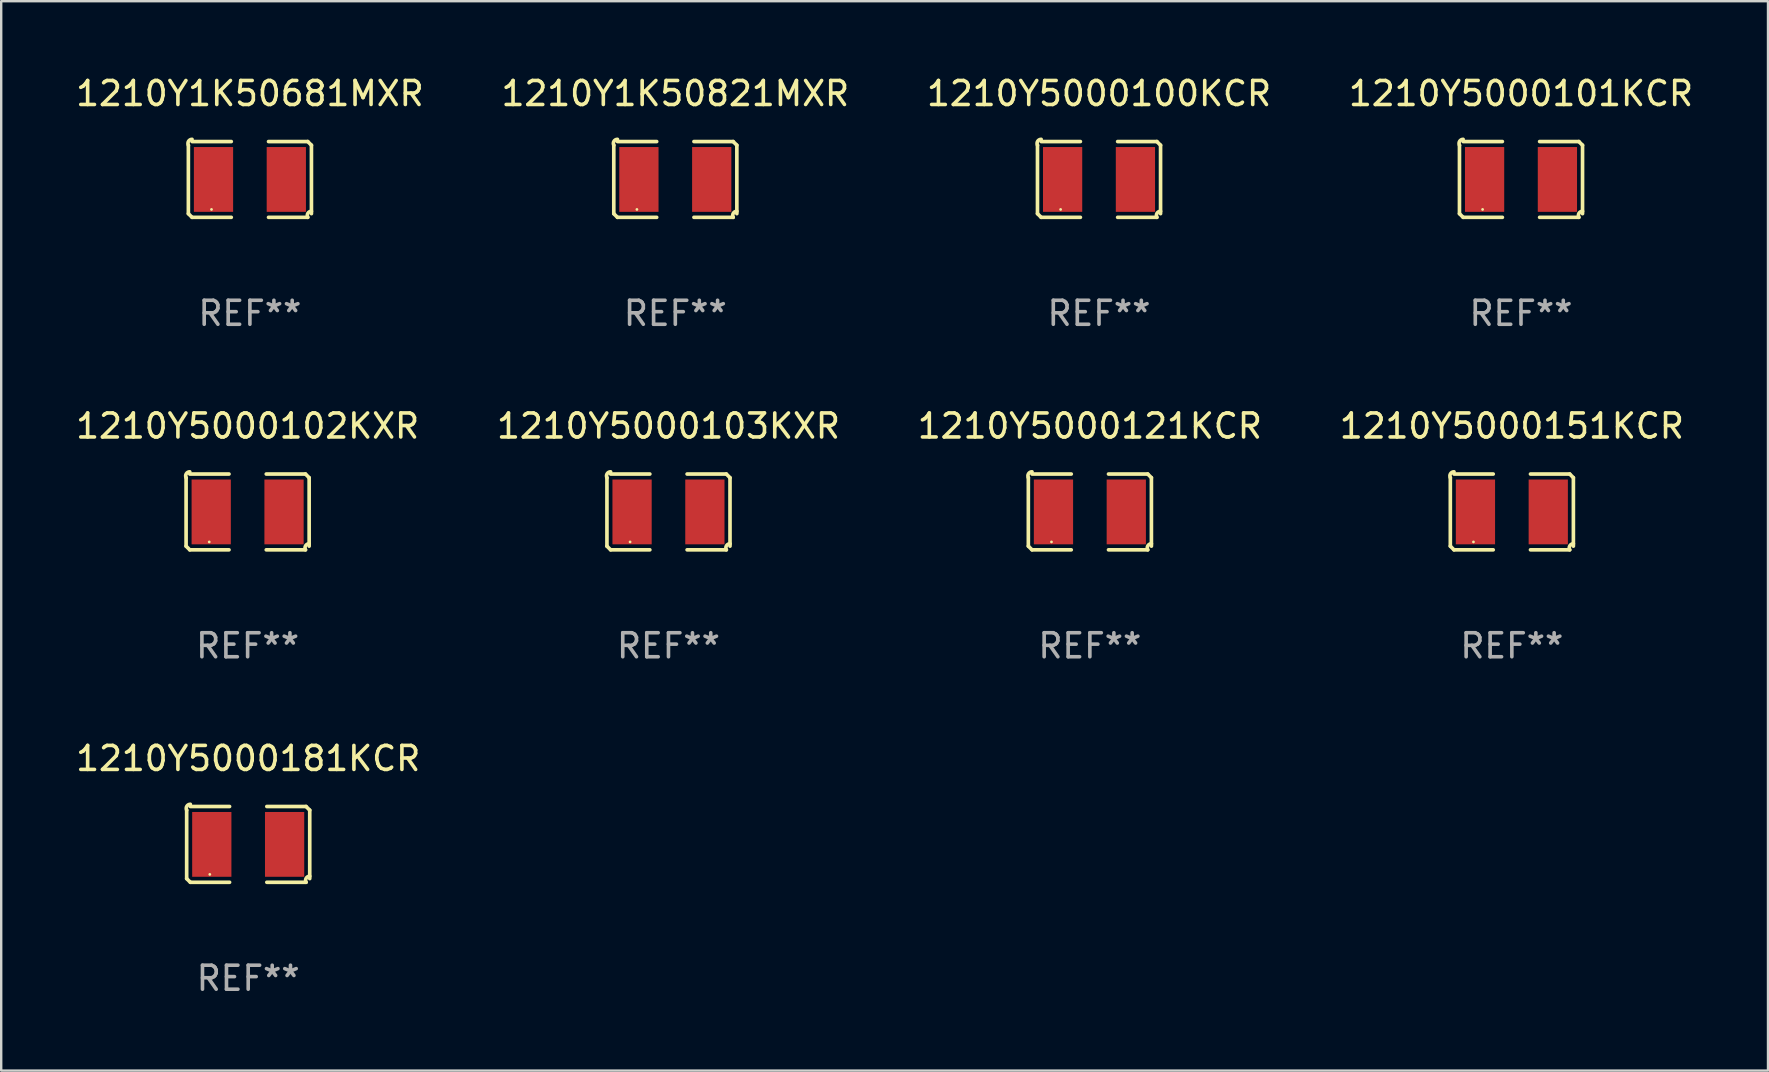
<source format=kicad_pcb>
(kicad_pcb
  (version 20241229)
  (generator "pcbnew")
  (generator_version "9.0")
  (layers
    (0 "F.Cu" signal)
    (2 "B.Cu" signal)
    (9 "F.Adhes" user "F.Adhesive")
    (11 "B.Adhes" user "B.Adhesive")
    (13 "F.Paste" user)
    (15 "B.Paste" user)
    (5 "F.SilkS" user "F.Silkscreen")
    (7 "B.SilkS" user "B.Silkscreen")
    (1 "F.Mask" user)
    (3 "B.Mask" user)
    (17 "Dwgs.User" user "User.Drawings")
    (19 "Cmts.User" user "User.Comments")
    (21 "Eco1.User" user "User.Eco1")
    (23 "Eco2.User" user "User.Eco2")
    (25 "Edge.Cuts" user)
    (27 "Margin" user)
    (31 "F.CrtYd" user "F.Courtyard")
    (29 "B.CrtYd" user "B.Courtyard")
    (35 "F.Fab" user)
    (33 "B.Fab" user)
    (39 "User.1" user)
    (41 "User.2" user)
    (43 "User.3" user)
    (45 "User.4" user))
  (footprint "1210Y5000151KCR"
    (layer "F.Cu")
    (at 59.946 18.281)
    (property "Reference" "1210Y5000151KCR" (at 0 -3.579 0) (layer "F.SilkS") (effects (font (size 1 1) (thickness 0.15))))
    (attr through_hole)
    (fp_line (start -2.564 1.426) (end -2.564 -1.426) (stroke (width 0.152) (type solid)) (layer "F.SilkS"))
    (fp_line (start -2.411 -1.579) (end -0.776 -1.579) (stroke (width 0.152) (type solid)) (layer "F.SilkS"))
    (fp_line (start -0.776 1.579) (end -2.411 1.579) (stroke (width 0.152) (type solid)) (layer "F.SilkS"))
    (fp_line (start 0.776 1.579) (end 2.411 1.579) (stroke (width 0.152) (type solid)) (layer "F.SilkS"))
    (fp_line (start 2.411 -1.579) (end 0.776 -1.579) (stroke (width 0.152) (type solid)) (layer "F.SilkS"))
    (fp_line (start 2.564 1.426) (end 2.564 -1.426) (stroke (width 0.152) (type solid)) (layer "F.SilkS"))
    (fp_arc (start -2.563602 -1.426213) (mid -2.555597 -1.591233) (end -2.411201 -1.671518) (stroke (width 0.1524) (type solid)) (layer "F.SilkS"))
    (fp_arc (start -2.5636 1.426214) (mid -2.487389 1.502402) (end -2.411201 1.578613) (stroke (width 0.1524) (type solid)) (layer "F.SilkS"))
    (fp_arc (start 2.411197 -1.578618) (mid 2.487403 -1.502419) (end 2.563602 -1.426213) (stroke (width 0.1524) (type solid)) (layer "F.SilkS"))
    (fp_arc (start 2.411201 1.578613) (mid 2.416214 1.409455) (end 2.563602 1.32629) (stroke (width 0.1524) (type solid)) (layer "F.SilkS"))
    (fp_circle (center -1.6 1.25) (end -1.57 1.25) (stroke (width 0.06) (type solid)) (fill no) (layer "F.SilkS"))
    (fp_text user "REF**" (at 0 5.579 0) (layer "F.Fab") (effects (font (size 1 1) (thickness 0.15))))
    (pad "1" smd rect (at -1.517 0) (size 1.635 2.7) (layers "F.Cu" "F.Mask" "F.Paste"))
    (pad "2" smd rect (at 1.517 0) (size 1.635 2.7) (layers "F.Cu" "F.Mask" "F.Paste")))
  (footprint "1210Y1K50821MXR"
    (layer "F.Cu")
    (at 25.089 4.427)
    (property "Reference" "1210Y1K50821MXR" (at 0 -3.579 0) (layer "F.SilkS") (effects (font (size 1 1) (thickness 0.15))))
    (attr through_hole)
    (fp_line (start -2.564 1.426) (end -2.564 -1.426) (stroke (width 0.152) (type solid)) (layer "F.SilkS"))
    (fp_line (start -2.411 -1.579) (end -0.776 -1.579) (stroke (width 0.152) (type solid)) (layer "F.SilkS"))
    (fp_line (start -0.776 1.579) (end -2.411 1.579) (stroke (width 0.152) (type solid)) (layer "F.SilkS"))
    (fp_line (start 0.776 1.579) (end 2.411 1.579) (stroke (width 0.152) (type solid)) (layer "F.SilkS"))
    (fp_line (start 2.411 -1.579) (end 0.776 -1.579) (stroke (width 0.152) (type solid)) (layer "F.SilkS"))
    (fp_line (start 2.564 1.426) (end 2.564 -1.426) (stroke (width 0.152) (type solid)) (layer "F.SilkS"))
    (fp_arc (start -2.563602 -1.426213) (mid -2.555597 -1.591233) (end -2.411201 -1.671518) (stroke (width 0.1524) (type solid)) (layer "F.SilkS"))
    (fp_arc (start -2.5636 1.426214) (mid -2.487389 1.502402) (end -2.411201 1.578613) (stroke (width 0.1524) (type solid)) (layer "F.SilkS"))
    (fp_arc (start 2.411197 -1.578618) (mid 2.487403 -1.502419) (end 2.563602 -1.426213) (stroke (width 0.1524) (type solid)) (layer "F.SilkS"))
    (fp_arc (start 2.411201 1.578613) (mid 2.416214 1.409455) (end 2.563602 1.32629) (stroke (width 0.1524) (type solid)) (layer "F.SilkS"))
    (fp_circle (center -1.6 1.25) (end -1.57 1.25) (stroke (width 0.06) (type solid)) (fill no) (layer "F.SilkS"))
    (fp_text user "REF**" (at 0 5.579 0) (layer "F.Fab") (effects (font (size 1 1) (thickness 0.15))))
    (pad "1" smd rect (at -1.517 0) (size 1.635 2.7) (layers "F.Cu" "F.Mask" "F.Paste"))
    (pad "2" smd rect (at 1.517 0) (size 1.635 2.7) (layers "F.Cu" "F.Mask" "F.Paste")))
  (footprint "1210Y1K50681MXR"
    (layer "F.Cu")
    (at 7.363 4.427)
    (property "Reference" "1210Y1K50681MXR" (at 0 -3.579 0) (layer "F.SilkS") (effects (font (size 1 1) (thickness 0.15))))
    (attr through_hole)
    (fp_line (start -2.564 1.426) (end -2.564 -1.426) (stroke (width 0.152) (type solid)) (layer "F.SilkS"))
    (fp_line (start -2.411 -1.579) (end -0.776 -1.579) (stroke (width 0.152) (type solid)) (layer "F.SilkS"))
    (fp_line (start -0.776 1.579) (end -2.411 1.579) (stroke (width 0.152) (type solid)) (layer "F.SilkS"))
    (fp_line (start 0.776 1.579) (end 2.411 1.579) (stroke (width 0.152) (type solid)) (layer "F.SilkS"))
    (fp_line (start 2.411 -1.579) (end 0.776 -1.579) (stroke (width 0.152) (type solid)) (layer "F.SilkS"))
    (fp_line (start 2.564 1.426) (end 2.564 -1.426) (stroke (width 0.152) (type solid)) (layer "F.SilkS"))
    (fp_arc (start -2.563602 -1.426213) (mid -2.555597 -1.591233) (end -2.411201 -1.671518) (stroke (width 0.1524) (type solid)) (layer "F.SilkS"))
    (fp_arc (start -2.5636 1.426214) (mid -2.487389 1.502402) (end -2.411201 1.578613) (stroke (width 0.1524) (type solid)) (layer "F.SilkS"))
    (fp_arc (start 2.411197 -1.578618) (mid 2.487403 -1.502419) (end 2.563602 -1.426213) (stroke (width 0.1524) (type solid)) (layer "F.SilkS"))
    (fp_arc (start 2.411201 1.578613) (mid 2.416214 1.409455) (end 2.563602 1.32629) (stroke (width 0.1524) (type solid)) (layer "F.SilkS"))
    (fp_circle (center -1.6 1.25) (end -1.57 1.25) (stroke (width 0.06) (type solid)) (fill no) (layer "F.SilkS"))
    (fp_text user "REF**" (at 0 5.579 0) (layer "F.Fab") (effects (font (size 1 1) (thickness 0.15))))
    (pad "1" smd rect (at -1.517 0) (size 1.635 2.7) (layers "F.Cu" "F.Mask" "F.Paste"))
    (pad "2" smd rect (at 1.517 0) (size 1.635 2.7) (layers "F.Cu" "F.Mask" "F.Paste")))
  (footprint "1210Y5000102KXR"
    (layer "F.Cu")
    (at 7.268 18.281)
    (property "Reference" "1210Y5000102KXR" (at 0 -3.579 0) (layer "F.SilkS") (effects (font (size 1 1) (thickness 0.15))))
    (attr through_hole)
    (fp_line (start -2.564 1.426) (end -2.564 -1.426) (stroke (width 0.152) (type solid)) (layer "F.SilkS"))
    (fp_line (start -2.411 -1.579) (end -0.776 -1.579) (stroke (width 0.152) (type solid)) (layer "F.SilkS"))
    (fp_line (start -0.776 1.579) (end -2.411 1.579) (stroke (width 0.152) (type solid)) (layer "F.SilkS"))
    (fp_line (start 0.776 1.579) (end 2.411 1.579) (stroke (width 0.152) (type solid)) (layer "F.SilkS"))
    (fp_line (start 2.411 -1.579) (end 0.776 -1.579) (stroke (width 0.152) (type solid)) (layer "F.SilkS"))
    (fp_line (start 2.564 1.426) (end 2.564 -1.426) (stroke (width 0.152) (type solid)) (layer "F.SilkS"))
    (fp_arc (start -2.563602 -1.426213) (mid -2.555597 -1.591233) (end -2.411201 -1.671518) (stroke (width 0.1524) (type solid)) (layer "F.SilkS"))
    (fp_arc (start -2.5636 1.426214) (mid -2.487389 1.502402) (end -2.411201 1.578613) (stroke (width 0.1524) (type solid)) (layer "F.SilkS"))
    (fp_arc (start 2.411197 -1.578618) (mid 2.487403 -1.502419) (end 2.563602 -1.426213) (stroke (width 0.1524) (type solid)) (layer "F.SilkS"))
    (fp_arc (start 2.411201 1.578613) (mid 2.416214 1.409455) (end 2.563602 1.32629) (stroke (width 0.1524) (type solid)) (layer "F.SilkS"))
    (fp_circle (center -1.6 1.25) (end -1.57 1.25) (stroke (width 0.06) (type solid)) (fill no) (layer "F.SilkS"))
    (fp_text user "REF**" (at 0 5.579 0) (layer "F.Fab") (effects (font (size 1 1) (thickness 0.15))))
    (pad "1" smd rect (at -1.517 0) (size 1.635 2.7) (layers "F.Cu" "F.Mask" "F.Paste"))
    (pad "2" smd rect (at 1.517 0) (size 1.635 2.7) (layers "F.Cu" "F.Mask" "F.Paste")))
  (footprint "1210Y5000101KCR"
    (layer "F.Cu")
    (at 60.327 4.427)
    (property "Reference" "1210Y5000101KCR" (at 0 -3.579 0) (layer "F.SilkS") (effects (font (size 1 1) (thickness 0.15))))
    (attr through_hole)
    (fp_line (start -2.564 1.426) (end -2.564 -1.426) (stroke (width 0.152) (type solid)) (layer "F.SilkS"))
    (fp_line (start -2.411 -1.579) (end -0.776 -1.579) (stroke (width 0.152) (type solid)) (layer "F.SilkS"))
    (fp_line (start -0.776 1.579) (end -2.411 1.579) (stroke (width 0.152) (type solid)) (layer "F.SilkS"))
    (fp_line (start 0.776 1.579) (end 2.411 1.579) (stroke (width 0.152) (type solid)) (layer "F.SilkS"))
    (fp_line (start 2.411 -1.579) (end 0.776 -1.579) (stroke (width 0.152) (type solid)) (layer "F.SilkS"))
    (fp_line (start 2.564 1.426) (end 2.564 -1.426) (stroke (width 0.152) (type solid)) (layer "F.SilkS"))
    (fp_arc (start -2.563602 -1.426213) (mid -2.555597 -1.591233) (end -2.411201 -1.671518) (stroke (width 0.1524) (type solid)) (layer "F.SilkS"))
    (fp_arc (start -2.5636 1.426214) (mid -2.487389 1.502402) (end -2.411201 1.578613) (stroke (width 0.1524) (type solid)) (layer "F.SilkS"))
    (fp_arc (start 2.411197 -1.578618) (mid 2.487403 -1.502419) (end 2.563602 -1.426213) (stroke (width 0.1524) (type solid)) (layer "F.SilkS"))
    (fp_arc (start 2.411201 1.578613) (mid 2.416214 1.409455) (end 2.563602 1.32629) (stroke (width 0.1524) (type solid)) (layer "F.SilkS"))
    (fp_circle (center -1.6 1.25) (end -1.57 1.25) (stroke (width 0.06) (type solid)) (fill no) (layer "F.SilkS"))
    (fp_text user "REF**" (at 0 5.579 0) (layer "F.Fab") (effects (font (size 1 1) (thickness 0.15))))
    (pad "1" smd rect (at -1.517 0) (size 1.635 2.7) (layers "F.Cu" "F.Mask" "F.Paste"))
    (pad "2" smd rect (at 1.517 0) (size 1.635 2.7) (layers "F.Cu" "F.Mask" "F.Paste")))
  (footprint "1210Y5000100KCR"
    (layer "F.Cu")
    (at 42.744 4.427)
    (property "Reference" "1210Y5000100KCR" (at 0 -3.579 0) (layer "F.SilkS") (effects (font (size 1 1) (thickness 0.15))))
    (attr through_hole)
    (fp_line (start -2.564 1.426) (end -2.564 -1.426) (stroke (width 0.152) (type solid)) (layer "F.SilkS"))
    (fp_line (start -2.411 -1.579) (end -0.776 -1.579) (stroke (width 0.152) (type solid)) (layer "F.SilkS"))
    (fp_line (start -0.776 1.579) (end -2.411 1.579) (stroke (width 0.152) (type solid)) (layer "F.SilkS"))
    (fp_line (start 0.776 1.579) (end 2.411 1.579) (stroke (width 0.152) (type solid)) (layer "F.SilkS"))
    (fp_line (start 2.411 -1.579) (end 0.776 -1.579) (stroke (width 0.152) (type solid)) (layer "F.SilkS"))
    (fp_line (start 2.564 1.426) (end 2.564 -1.426) (stroke (width 0.152) (type solid)) (layer "F.SilkS"))
    (fp_arc (start -2.563602 -1.426213) (mid -2.555597 -1.591233) (end -2.411201 -1.671518) (stroke (width 0.1524) (type solid)) (layer "F.SilkS"))
    (fp_arc (start -2.5636 1.426214) (mid -2.487389 1.502402) (end -2.411201 1.578613) (stroke (width 0.1524) (type solid)) (layer "F.SilkS"))
    (fp_arc (start 2.411197 -1.578618) (mid 2.487403 -1.502419) (end 2.563602 -1.426213) (stroke (width 0.1524) (type solid)) (layer "F.SilkS"))
    (fp_arc (start 2.411201 1.578613) (mid 2.416214 1.409455) (end 2.563602 1.32629) (stroke (width 0.1524) (type solid)) (layer "F.SilkS"))
    (fp_circle (center -1.6 1.25) (end -1.57 1.25) (stroke (width 0.06) (type solid)) (fill no) (layer "F.SilkS"))
    (fp_text user "REF**" (at 0 5.579 0) (layer "F.Fab") (effects (font (size 1 1) (thickness 0.15))))
    (pad "1" smd rect (at -1.517 0) (size 1.635 2.7) (layers "F.Cu" "F.Mask" "F.Paste"))
    (pad "2" smd rect (at 1.517 0) (size 1.635 2.7) (layers "F.Cu" "F.Mask" "F.Paste")))
  (footprint "1210Y5000181KCR"
    (layer "F.Cu")
    (at 7.292 32.134)
    (property "Reference" "1210Y5000181KCR" (at 0 -3.579 0) (layer "F.SilkS") (effects (font (size 1 1) (thickness 0.15))))
    (attr through_hole)
    (fp_line (start -2.564 1.426) (end -2.564 -1.426) (stroke (width 0.152) (type solid)) (layer "F.SilkS"))
    (fp_line (start -2.411 -1.579) (end -0.776 -1.579) (stroke (width 0.152) (type solid)) (layer "F.SilkS"))
    (fp_line (start -0.776 1.579) (end -2.411 1.579) (stroke (width 0.152) (type solid)) (layer "F.SilkS"))
    (fp_line (start 0.776 1.579) (end 2.411 1.579) (stroke (width 0.152) (type solid)) (layer "F.SilkS"))
    (fp_line (start 2.411 -1.579) (end 0.776 -1.579) (stroke (width 0.152) (type solid)) (layer "F.SilkS"))
    (fp_line (start 2.564 1.426) (end 2.564 -1.426) (stroke (width 0.152) (type solid)) (layer "F.SilkS"))
    (fp_arc (start -2.563602 -1.426213) (mid -2.555597 -1.591233) (end -2.411201 -1.671518) (stroke (width 0.1524) (type solid)) (layer "F.SilkS"))
    (fp_arc (start -2.5636 1.426214) (mid -2.487389 1.502402) (end -2.411201 1.578613) (stroke (width 0.1524) (type solid)) (layer "F.SilkS"))
    (fp_arc (start 2.411197 -1.578618) (mid 2.487403 -1.502419) (end 2.563602 -1.426213) (stroke (width 0.1524) (type solid)) (layer "F.SilkS"))
    (fp_arc (start 2.411201 1.578613) (mid 2.416214 1.409455) (end 2.563602 1.32629) (stroke (width 0.1524) (type solid)) (layer "F.SilkS"))
    (fp_circle (center -1.6 1.25) (end -1.57 1.25) (stroke (width 0.06) (type solid)) (fill no) (layer "F.SilkS"))
    (fp_text user "REF**" (at 0 5.579 0) (layer "F.Fab") (effects (font (size 1 1) (thickness 0.15))))
    (pad "1" smd rect (at -1.517 0) (size 1.635 2.7) (layers "F.Cu" "F.Mask" "F.Paste"))
    (pad "2" smd rect (at 1.517 0) (size 1.635 2.7) (layers "F.Cu" "F.Mask" "F.Paste")))
  (footprint "1210Y5000103KXR"
    (layer "F.Cu")
    (at 24.804 18.281)
    (property "Reference" "1210Y5000103KXR" (at 0 -3.579 0) (layer "F.SilkS") (effects (font (size 1 1) (thickness 0.15))))
    (attr through_hole)
    (fp_line (start -2.564 1.426) (end -2.564 -1.426) (stroke (width 0.152) (type solid)) (layer "F.SilkS"))
    (fp_line (start -2.411 -1.579) (end -0.776 -1.579) (stroke (width 0.152) (type solid)) (layer "F.SilkS"))
    (fp_line (start -0.776 1.579) (end -2.411 1.579) (stroke (width 0.152) (type solid)) (layer "F.SilkS"))
    (fp_line (start 0.776 1.579) (end 2.411 1.579) (stroke (width 0.152) (type solid)) (layer "F.SilkS"))
    (fp_line (start 2.411 -1.579) (end 0.776 -1.579) (stroke (width 0.152) (type solid)) (layer "F.SilkS"))
    (fp_line (start 2.564 1.426) (end 2.564 -1.426) (stroke (width 0.152) (type solid)) (layer "F.SilkS"))
    (fp_arc (start -2.563602 -1.426213) (mid -2.555597 -1.591233) (end -2.411201 -1.671518) (stroke (width 0.1524) (type solid)) (layer "F.SilkS"))
    (fp_arc (start -2.5636 1.426214) (mid -2.487389 1.502402) (end -2.411201 1.578613) (stroke (width 0.1524) (type solid)) (layer "F.SilkS"))
    (fp_arc (start 2.411197 -1.578618) (mid 2.487403 -1.502419) (end 2.563602 -1.426213) (stroke (width 0.1524) (type solid)) (layer "F.SilkS"))
    (fp_arc (start 2.411201 1.578613) (mid 2.416214 1.409455) (end 2.563602 1.32629) (stroke (width 0.1524) (type solid)) (layer "F.SilkS"))
    (fp_circle (center -1.6 1.25) (end -1.57 1.25) (stroke (width 0.06) (type solid)) (fill no) (layer "F.SilkS"))
    (fp_text user "REF**" (at 0 5.579 0) (layer "F.Fab") (effects (font (size 1 1) (thickness 0.15))))
    (pad "1" smd rect (at -1.517 0) (size 1.635 2.7) (layers "F.Cu" "F.Mask" "F.Paste"))
    (pad "2" smd rect (at 1.517 0) (size 1.635 2.7) (layers "F.Cu" "F.Mask" "F.Paste")))
  (footprint "1210Y5000121KCR"
    (layer "F.Cu")
    (at 42.363 18.281)
    (property "Reference" "1210Y5000121KCR" (at 0 -3.579 0) (layer "F.SilkS") (effects (font (size 1 1) (thickness 0.15))))
    (attr through_hole)
    (fp_line (start -2.564 1.426) (end -2.564 -1.426) (stroke (width 0.152) (type solid)) (layer "F.SilkS"))
    (fp_line (start -2.411 -1.579) (end -0.776 -1.579) (stroke (width 0.152) (type solid)) (layer "F.SilkS"))
    (fp_line (start -0.776 1.579) (end -2.411 1.579) (stroke (width 0.152) (type solid)) (layer "F.SilkS"))
    (fp_line (start 0.776 1.579) (end 2.411 1.579) (stroke (width 0.152) (type solid)) (layer "F.SilkS"))
    (fp_line (start 2.411 -1.579) (end 0.776 -1.579) (stroke (width 0.152) (type solid)) (layer "F.SilkS"))
    (fp_line (start 2.564 1.426) (end 2.564 -1.426) (stroke (width 0.152) (type solid)) (layer "F.SilkS"))
    (fp_arc (start -2.563602 -1.426213) (mid -2.555597 -1.591233) (end -2.411201 -1.671518) (stroke (width 0.1524) (type solid)) (layer "F.SilkS"))
    (fp_arc (start -2.5636 1.426214) (mid -2.487389 1.502402) (end -2.411201 1.578613) (stroke (width 0.1524) (type solid)) (layer "F.SilkS"))
    (fp_arc (start 2.411197 -1.578618) (mid 2.487403 -1.502419) (end 2.563602 -1.426213) (stroke (width 0.1524) (type solid)) (layer "F.SilkS"))
    (fp_arc (start 2.411201 1.578613) (mid 2.416214 1.409455) (end 2.563602 1.32629) (stroke (width 0.1524) (type solid)) (layer "F.SilkS"))
    (fp_circle (center -1.6 1.25) (end -1.57 1.25) (stroke (width 0.06) (type solid)) (fill no) (layer "F.SilkS"))
    (fp_text user "REF**" (at 0 5.579 0) (layer "F.Fab") (effects (font (size 1 1) (thickness 0.15))))
    (pad "1" smd rect (at -1.517 0) (size 1.635 2.7) (layers "F.Cu" "F.Mask" "F.Paste"))
    (pad "2" smd rect (at 1.517 0) (size 1.635 2.7) (layers "F.Cu" "F.Mask" "F.Paste")))
  (gr_rect
    (start -3 -3)
    (end 70.619 41.561)
    (stroke (width 0.1) (type default))
    (fill no)
    (layer "Edge.Cuts")))
</source>
